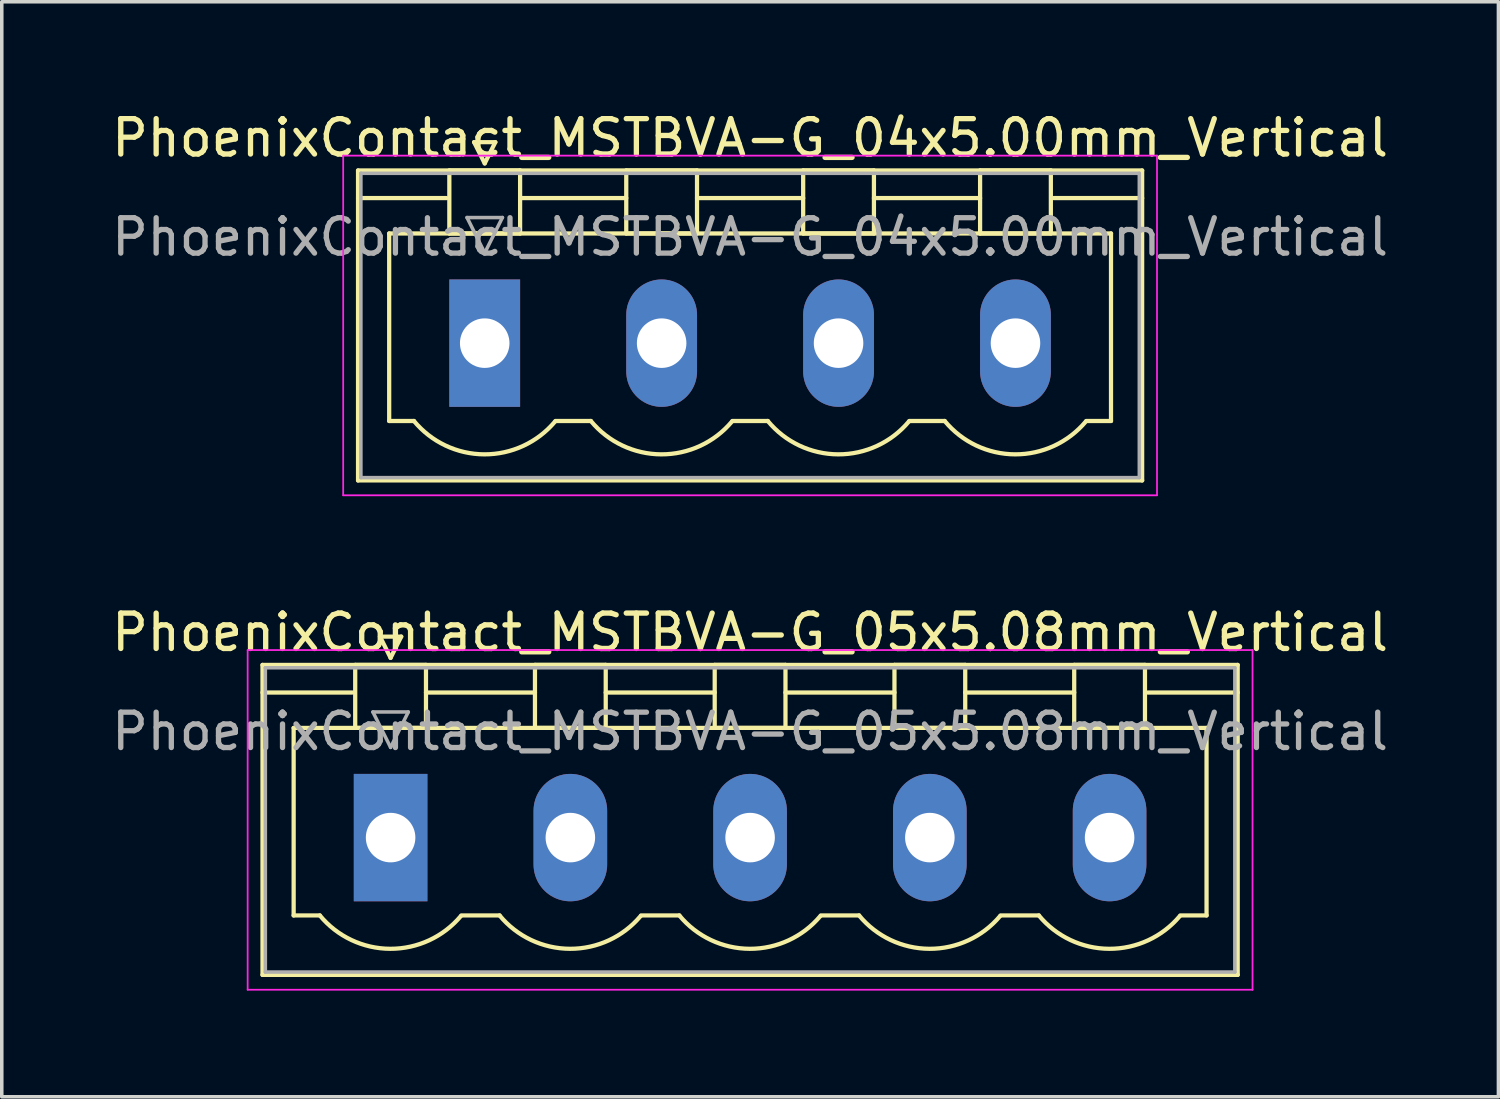
<source format=kicad_pcb>
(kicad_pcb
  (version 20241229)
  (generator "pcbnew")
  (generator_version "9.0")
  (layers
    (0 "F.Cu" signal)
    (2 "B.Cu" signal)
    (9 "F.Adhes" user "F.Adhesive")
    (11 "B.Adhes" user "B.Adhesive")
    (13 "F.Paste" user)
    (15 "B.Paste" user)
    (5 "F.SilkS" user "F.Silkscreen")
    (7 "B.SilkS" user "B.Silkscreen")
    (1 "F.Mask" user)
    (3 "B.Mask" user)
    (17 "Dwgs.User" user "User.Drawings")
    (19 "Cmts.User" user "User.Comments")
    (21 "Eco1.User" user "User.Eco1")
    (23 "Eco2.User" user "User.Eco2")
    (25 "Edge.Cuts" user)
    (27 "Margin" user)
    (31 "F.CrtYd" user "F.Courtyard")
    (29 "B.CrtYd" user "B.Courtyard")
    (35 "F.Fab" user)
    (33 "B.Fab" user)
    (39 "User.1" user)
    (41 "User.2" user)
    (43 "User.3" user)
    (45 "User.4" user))
  (footprint "PhoenixContact_MSTBVA-G_04x5.00mm_Vertical"
    (layer "F.Cu")
    (at 10.649 6.648)
    (property "Reference" "PhoenixContact_MSTBVA-G_04x5.00mm_Vertical" (at 7.5 -5.8 0) (layer "F.SilkS") (effects (font (size 1 1) (thickness 0.15))))
    (attr through_hole)
    (fp_line (start -3.58 -4.88) (end -3.58 3.88) (stroke (width 0.12) (type solid)) (layer "F.SilkS"))
    (fp_line (start -3.58 -4.1) (end -1.08 -4.1) (stroke (width 0.12) (type solid)) (layer "F.SilkS"))
    (fp_line (start -3.58 3.88) (end 18.58 3.88) (stroke (width 0.12) (type solid)) (layer "F.SilkS"))
    (fp_line (start -2.7 -3.1) (end 17.7 -3.1) (stroke (width 0.12) (type solid)) (layer "F.SilkS"))
    (fp_line (start -2.7 2.2) (end -2.7 -3.1) (stroke (width 0.12) (type solid)) (layer "F.SilkS"))
    (fp_line (start -2 2.2) (end -2.7 2.2) (stroke (width 0.12) (type solid)) (layer "F.SilkS"))
    (fp_line (start -1 -4.88) (end 1 -4.88) (stroke (width 0.12) (type solid)) (layer "F.SilkS"))
    (fp_line (start -1 -3.1) (end -1 -4.88) (stroke (width 0.12) (type solid)) (layer "F.SilkS"))
    (fp_line (start -0.3 -5.68) (end 0.3 -5.68) (stroke (width 0.12) (type solid)) (layer "F.SilkS"))
    (fp_line (start 0 -5.08) (end -0.3 -5.68) (stroke (width 0.12) (type solid)) (layer "F.SilkS"))
    (fp_line (start 0.3 -5.68) (end 0 -5.08) (stroke (width 0.12) (type solid)) (layer "F.SilkS"))
    (fp_line (start 1 -4.88) (end 1 -3.1) (stroke (width 0.12) (type solid)) (layer "F.SilkS"))
    (fp_line (start 1 -4.1) (end 4 -4.1) (stroke (width 0.12) (type solid)) (layer "F.SilkS"))
    (fp_line (start 1 -3.1) (end -1 -3.1) (stroke (width 0.12) (type solid)) (layer "F.SilkS"))
    (fp_line (start 2 2.2) (end 3 2.2) (stroke (width 0.12) (type solid)) (layer "F.SilkS"))
    (fp_line (start 4 -4.88) (end 6 -4.88) (stroke (width 0.12) (type solid)) (layer "F.SilkS"))
    (fp_line (start 4 -3.1) (end 4 -4.88) (stroke (width 0.12) (type solid)) (layer "F.SilkS"))
    (fp_line (start 6 -4.88) (end 6 -3.1) (stroke (width 0.12) (type solid)) (layer "F.SilkS"))
    (fp_line (start 6 -4.1) (end 9 -4.1) (stroke (width 0.12) (type solid)) (layer "F.SilkS"))
    (fp_line (start 6 -3.1) (end 4 -3.1) (stroke (width 0.12) (type solid)) (layer "F.SilkS"))
    (fp_line (start 7 2.2) (end 8 2.2) (stroke (width 0.12) (type solid)) (layer "F.SilkS"))
    (fp_line (start 9 -4.88) (end 11 -4.88) (stroke (width 0.12) (type solid)) (layer "F.SilkS"))
    (fp_line (start 9 -3.1) (end 9 -4.88) (stroke (width 0.12) (type solid)) (layer "F.SilkS"))
    (fp_line (start 11 -4.88) (end 11 -3.1) (stroke (width 0.12) (type solid)) (layer "F.SilkS"))
    (fp_line (start 11 -4.1) (end 14 -4.1) (stroke (width 0.12) (type solid)) (layer "F.SilkS"))
    (fp_line (start 11 -3.1) (end 9 -3.1) (stroke (width 0.12) (type solid)) (layer "F.SilkS"))
    (fp_line (start 12 2.2) (end 13 2.2) (stroke (width 0.12) (type solid)) (layer "F.SilkS"))
    (fp_line (start 14 -4.88) (end 16 -4.88) (stroke (width 0.12) (type solid)) (layer "F.SilkS"))
    (fp_line (start 14 -3.1) (end 14 -4.88) (stroke (width 0.12) (type solid)) (layer "F.SilkS"))
    (fp_line (start 16 -4.88) (end 16 -3.1) (stroke (width 0.12) (type solid)) (layer "F.SilkS"))
    (fp_line (start 16 -3.1) (end 14 -3.1) (stroke (width 0.12) (type solid)) (layer "F.SilkS"))
    (fp_line (start 17.7 -3.1) (end 17.7 2.2) (stroke (width 0.12) (type solid)) (layer "F.SilkS"))
    (fp_line (start 17.7 2.2) (end 17 2.2) (stroke (width 0.12) (type solid)) (layer "F.SilkS"))
    (fp_line (start 18.58 -4.88) (end -3.58 -4.88) (stroke (width 0.12) (type solid)) (layer "F.SilkS"))
    (fp_line (start 18.58 -4.1) (end 16.08 -4.1) (stroke (width 0.12) (type solid)) (layer "F.SilkS"))
    (fp_line (start 18.58 3.88) (end 18.58 -4.88) (stroke (width 0.12) (type solid)) (layer "F.SilkS"))
    (fp_arc (start 1.986842 2.215821) (mid -0.010289 3.142758) (end -2 2.2) (stroke (width 0.12) (type solid)) (layer "F.SilkS"))
    (fp_arc (start 6.986842 2.215821) (mid 4.989711 3.142758) (end 3 2.2) (stroke (width 0.12) (type solid)) (layer "F.SilkS"))
    (fp_arc (start 11.986842 2.215821) (mid 9.989711 3.142758) (end 8 2.2) (stroke (width 0.12) (type solid)) (layer "F.SilkS"))
    (fp_arc (start 16.986842 2.215821) (mid 14.989711 3.142758) (end 13 2.2) (stroke (width 0.12) (type solid)) (layer "F.SilkS"))
    (fp_line (start -4 -5.3) (end -4 4.3) (stroke (width 0.05) (type solid)) (layer "F.CrtYd"))
    (fp_line (start -4 4.3) (end 19 4.3) (stroke (width 0.05) (type solid)) (layer "F.CrtYd"))
    (fp_line (start 19 -5.3) (end -4 -5.3) (stroke (width 0.05) (type solid)) (layer "F.CrtYd"))
    (fp_line (start 19 4.3) (end 19 -5.3) (stroke (width 0.05) (type solid)) (layer "F.CrtYd"))
    (fp_line (start -3.5 -4.8) (end -3.5 3.8) (stroke (width 0.1) (type solid)) (layer "F.Fab"))
    (fp_line (start -3.5 3.8) (end 18.5 3.8) (stroke (width 0.1) (type solid)) (layer "F.Fab"))
    (fp_line (start -0.5 -3.55) (end 0.5 -3.55) (stroke (width 0.1) (type solid)) (layer "F.Fab"))
    (fp_line (start 0 -2.55) (end -0.5 -3.55) (stroke (width 0.1) (type solid)) (layer "F.Fab"))
    (fp_line (start 0.5 -3.55) (end 0 -2.55) (stroke (width 0.1) (type solid)) (layer "F.Fab"))
    (fp_line (start 18.5 -4.8) (end -3.5 -4.8) (stroke (width 0.1) (type solid)) (layer "F.Fab"))
    (fp_line (start 18.5 3.8) (end 18.5 -4.8) (stroke (width 0.1) (type solid)) (layer "F.Fab"))
    (fp_text user "${REFERENCE}" (at 7.5 -3 0) (layer "F.Fab") (effects (font (size 1 1) (thickness 0.15))))
    (pad "1" thru_hole rect (at 0 0) (size 2 3.6) (drill 1.4) (layers "*.Cu" "*.Mask"))
    (pad "2" thru_hole oval (at 5 0) (size 2 3.6) (drill 1.4) (layers "*.Cu" "*.Mask"))
    (pad "3" thru_hole oval (at 10 0) (size 2 3.6) (drill 1.4) (layers "*.Cu" "*.Mask"))
    (pad "4" thru_hole oval (at 15 0) (size 2 3.6) (drill 1.4) (layers "*.Cu" "*.Mask")))
  (footprint "PhoenixContact_MSTBVA-G_05x5.08mm_Vertical"
    (layer "F.Cu")
    (at 7.989 20.622)
    (property "Reference" "PhoenixContact_MSTBVA-G_05x5.08mm_Vertical" (at 10.16 -5.8 0) (layer "F.SilkS") (effects (font (size 1 1) (thickness 0.15))))
    (attr through_hole)
    (fp_line (start -3.62 -4.88) (end -3.62 3.88) (stroke (width 0.12) (type solid)) (layer "F.SilkS"))
    (fp_line (start -3.62 -4.1) (end -1.08 -4.1) (stroke (width 0.12) (type solid)) (layer "F.SilkS"))
    (fp_line (start -3.62 3.88) (end 23.94 3.88) (stroke (width 0.12) (type solid)) (layer "F.SilkS"))
    (fp_line (start -2.74 -3.1) (end 23.06 -3.1) (stroke (width 0.12) (type solid)) (layer "F.SilkS"))
    (fp_line (start -2.74 2.2) (end -2.74 -3.1) (stroke (width 0.12) (type solid)) (layer "F.SilkS"))
    (fp_line (start -2 2.2) (end -2.74 2.2) (stroke (width 0.12) (type solid)) (layer "F.SilkS"))
    (fp_line (start -1 -4.88) (end 1 -4.88) (stroke (width 0.12) (type solid)) (layer "F.SilkS"))
    (fp_line (start -1 -3.1) (end -1 -4.88) (stroke (width 0.12) (type solid)) (layer "F.SilkS"))
    (fp_line (start -0.3 -5.68) (end 0.3 -5.68) (stroke (width 0.12) (type solid)) (layer "F.SilkS"))
    (fp_line (start 0 -5.08) (end -0.3 -5.68) (stroke (width 0.12) (type solid)) (layer "F.SilkS"))
    (fp_line (start 0.3 -5.68) (end 0 -5.08) (stroke (width 0.12) (type solid)) (layer "F.SilkS"))
    (fp_line (start 1 -4.88) (end 1 -3.1) (stroke (width 0.12) (type solid)) (layer "F.SilkS"))
    (fp_line (start 1 -4.1) (end 4.08 -4.1) (stroke (width 0.12) (type solid)) (layer "F.SilkS"))
    (fp_line (start 1 -3.1) (end -1 -3.1) (stroke (width 0.12) (type solid)) (layer "F.SilkS"))
    (fp_line (start 2 2.2) (end 3.08 2.2) (stroke (width 0.12) (type solid)) (layer "F.SilkS"))
    (fp_line (start 4.08 -4.88) (end 6.08 -4.88) (stroke (width 0.12) (type solid)) (layer "F.SilkS"))
    (fp_line (start 4.08 -3.1) (end 4.08 -4.88) (stroke (width 0.12) (type solid)) (layer "F.SilkS"))
    (fp_line (start 6.08 -4.88) (end 6.08 -3.1) (stroke (width 0.12) (type solid)) (layer "F.SilkS"))
    (fp_line (start 6.08 -4.1) (end 9.16 -4.1) (stroke (width 0.12) (type solid)) (layer "F.SilkS"))
    (fp_line (start 6.08 -3.1) (end 4.08 -3.1) (stroke (width 0.12) (type solid)) (layer "F.SilkS"))
    (fp_line (start 7.08 2.2) (end 8.16 2.2) (stroke (width 0.12) (type solid)) (layer "F.SilkS"))
    (fp_line (start 9.16 -4.88) (end 11.16 -4.88) (stroke (width 0.12) (type solid)) (layer "F.SilkS"))
    (fp_line (start 9.16 -3.1) (end 9.16 -4.88) (stroke (width 0.12) (type solid)) (layer "F.SilkS"))
    (fp_line (start 11.16 -4.88) (end 11.16 -3.1) (stroke (width 0.12) (type solid)) (layer "F.SilkS"))
    (fp_line (start 11.16 -4.1) (end 14.24 -4.1) (stroke (width 0.12) (type solid)) (layer "F.SilkS"))
    (fp_line (start 11.16 -3.1) (end 9.16 -3.1) (stroke (width 0.12) (type solid)) (layer "F.SilkS"))
    (fp_line (start 12.16 2.2) (end 13.24 2.2) (stroke (width 0.12) (type solid)) (layer "F.SilkS"))
    (fp_line (start 14.24 -4.88) (end 16.24 -4.88) (stroke (width 0.12) (type solid)) (layer "F.SilkS"))
    (fp_line (start 14.24 -3.1) (end 14.24 -4.88) (stroke (width 0.12) (type solid)) (layer "F.SilkS"))
    (fp_line (start 16.24 -4.88) (end 16.24 -3.1) (stroke (width 0.12) (type solid)) (layer "F.SilkS"))
    (fp_line (start 16.24 -4.1) (end 19.32 -4.1) (stroke (width 0.12) (type solid)) (layer "F.SilkS"))
    (fp_line (start 16.24 -3.1) (end 14.24 -3.1) (stroke (width 0.12) (type solid)) (layer "F.SilkS"))
    (fp_line (start 17.24 2.2) (end 18.32 2.2) (stroke (width 0.12) (type solid)) (layer "F.SilkS"))
    (fp_line (start 19.32 -4.88) (end 21.32 -4.88) (stroke (width 0.12) (type solid)) (layer "F.SilkS"))
    (fp_line (start 19.32 -3.1) (end 19.32 -4.88) (stroke (width 0.12) (type solid)) (layer "F.SilkS"))
    (fp_line (start 21.32 -4.88) (end 21.32 -3.1) (stroke (width 0.12) (type solid)) (layer "F.SilkS"))
    (fp_line (start 21.32 -3.1) (end 19.32 -3.1) (stroke (width 0.12) (type solid)) (layer "F.SilkS"))
    (fp_line (start 23.06 -3.1) (end 23.06 2.2) (stroke (width 0.12) (type solid)) (layer "F.SilkS"))
    (fp_line (start 23.06 2.2) (end 22.32 2.2) (stroke (width 0.12) (type solid)) (layer "F.SilkS"))
    (fp_line (start 23.94 -4.88) (end -3.62 -4.88) (stroke (width 0.12) (type solid)) (layer "F.SilkS"))
    (fp_line (start 23.94 -4.1) (end 21.4 -4.1) (stroke (width 0.12) (type solid)) (layer "F.SilkS"))
    (fp_line (start 23.94 3.88) (end 23.94 -4.88) (stroke (width 0.12) (type solid)) (layer "F.SilkS"))
    (fp_arc (start 1.986842 2.215821) (mid -0.010289 3.142758) (end -2 2.2) (stroke (width 0.12) (type solid)) (layer "F.SilkS"))
    (fp_arc (start 7.066842 2.215821) (mid 5.069711 3.142758) (end 3.08 2.2) (stroke (width 0.12) (type solid)) (layer "F.SilkS"))
    (fp_arc (start 12.146842 2.215821) (mid 10.149711 3.142758) (end 8.16 2.2) (stroke (width 0.12) (type solid)) (layer "F.SilkS"))
    (fp_arc (start 17.226842 2.215821) (mid 15.229711 3.142758) (end 13.24 2.2) (stroke (width 0.12) (type solid)) (layer "F.SilkS"))
    (fp_arc (start 22.306842 2.215821) (mid 20.309711 3.142758) (end 18.32 2.2) (stroke (width 0.12) (type solid)) (layer "F.SilkS"))
    (fp_line (start -4.04 -5.3) (end -4.04 4.3) (stroke (width 0.05) (type solid)) (layer "F.CrtYd"))
    (fp_line (start -4.04 4.3) (end 24.36 4.3) (stroke (width 0.05) (type solid)) (layer "F.CrtYd"))
    (fp_line (start 24.36 -5.3) (end -4.04 -5.3) (stroke (width 0.05) (type solid)) (layer "F.CrtYd"))
    (fp_line (start 24.36 4.3) (end 24.36 -5.3) (stroke (width 0.05) (type solid)) (layer "F.CrtYd"))
    (fp_line (start -3.54 -4.8) (end -3.54 3.8) (stroke (width 0.1) (type solid)) (layer "F.Fab"))
    (fp_line (start -3.54 3.8) (end 23.86 3.8) (stroke (width 0.1) (type solid)) (layer "F.Fab"))
    (fp_line (start -0.5 -3.55) (end 0.5 -3.55) (stroke (width 0.1) (type solid)) (layer "F.Fab"))
    (fp_line (start 0 -2.55) (end -0.5 -3.55) (stroke (width 0.1) (type solid)) (layer "F.Fab"))
    (fp_line (start 0.5 -3.55) (end 0 -2.55) (stroke (width 0.1) (type solid)) (layer "F.Fab"))
    (fp_line (start 23.86 -4.8) (end -3.54 -4.8) (stroke (width 0.1) (type solid)) (layer "F.Fab"))
    (fp_line (start 23.86 3.8) (end 23.86 -4.8) (stroke (width 0.1) (type solid)) (layer "F.Fab"))
    (fp_text user "${REFERENCE}" (at 10.16 -3 0) (layer "F.Fab") (effects (font (size 1 1) (thickness 0.15))))
    (pad "1" thru_hole rect (at 0 0) (size 2.08 3.6) (drill 1.4) (layers "*.Cu" "*.Mask"))
    (pad "2" thru_hole oval (at 5.08 0) (size 2.08 3.6) (drill 1.4) (layers "*.Cu" "*.Mask"))
    (pad "3" thru_hole oval (at 10.16 0) (size 2.08 3.6) (drill 1.4) (layers "*.Cu" "*.Mask"))
    (pad "4" thru_hole oval (at 15.24 0) (size 2.08 3.6) (drill 1.4) (layers "*.Cu" "*.Mask"))
    (pad "5" thru_hole oval (at 20.32 0) (size 2.08 3.6) (drill 1.4) (layers "*.Cu" "*.Mask")))
  (gr_rect
    (start -3 -3)
    (end 39.298 27.947)
    (stroke (width 0.1) (type default))
    (fill no)
    (layer "Edge.Cuts")))
</source>
